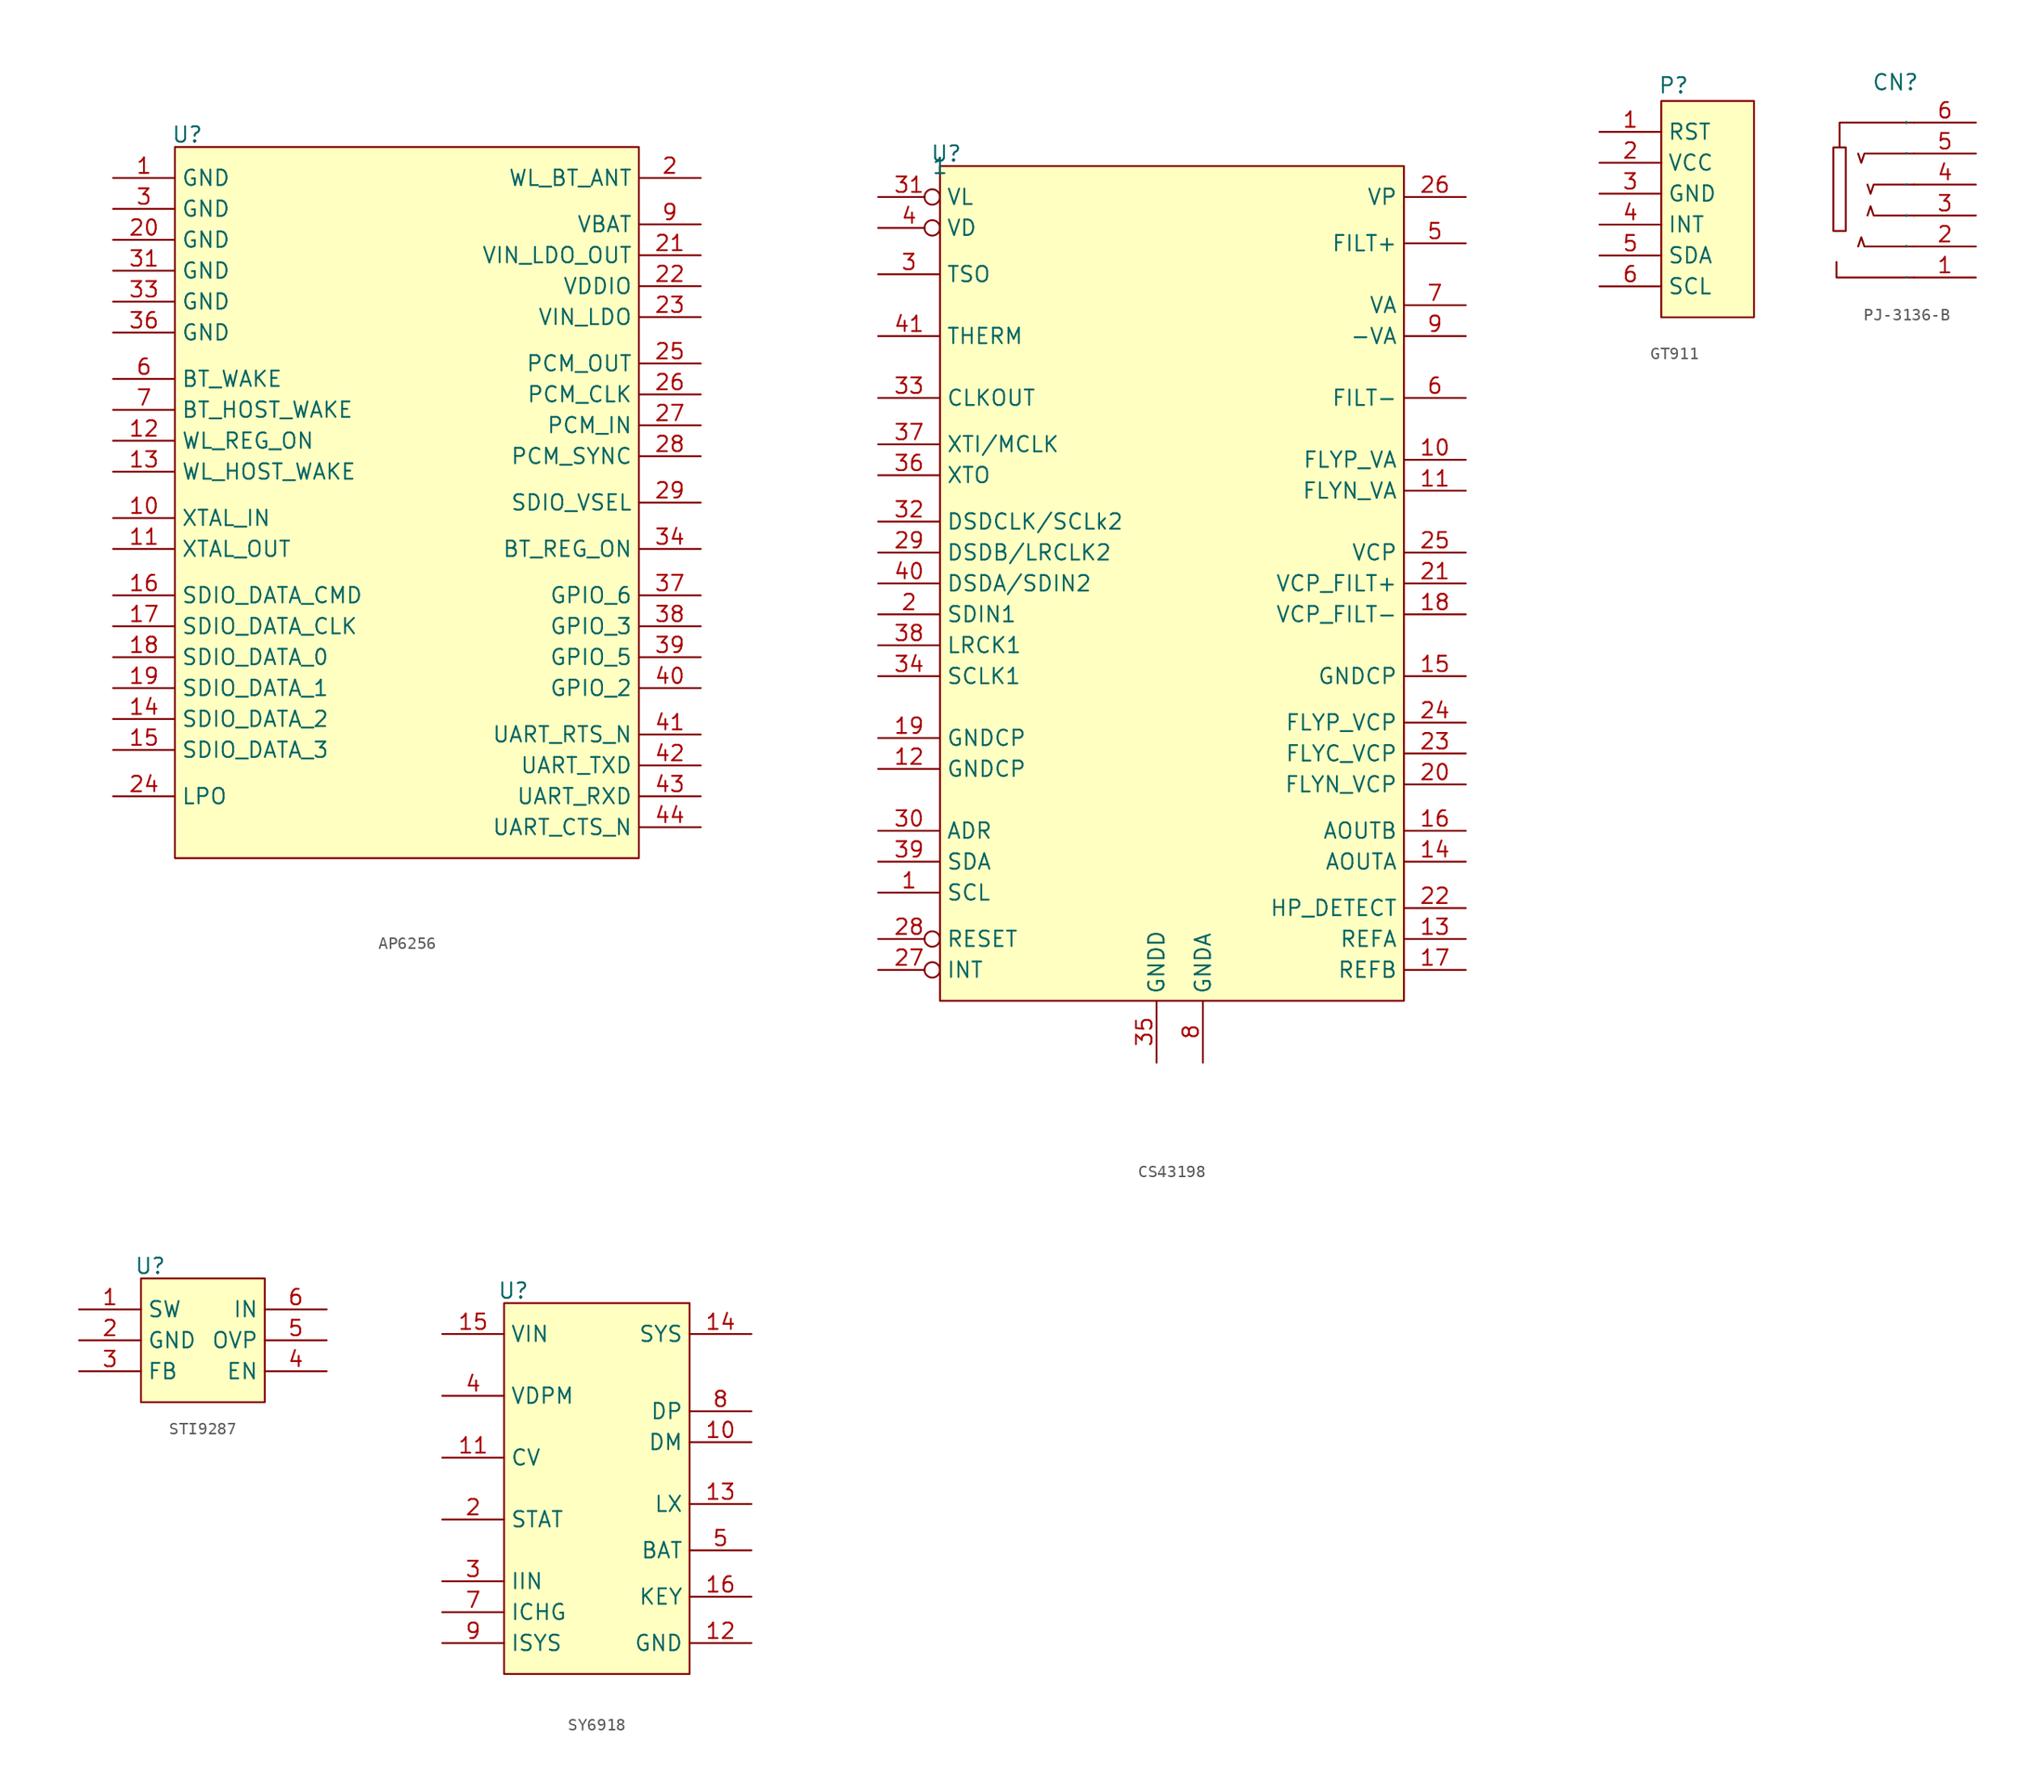
<source format=kicad_sym>
(kicad_symbol_lib
  (version 20241209)
  (generator "kicad_symbol_editor")
  (generator_version "9.0")
  (symbol "AP6256"
    (property "Reference" "U"
      (at 1.016 1.016 0)
      (effects (font (size 1.27 1.27))))
    (property "Value" ""
      (at 0 0 0)
      (effects (font (size 1.27 1.27))))
    (symbol "AP6256_1_1"
      (rectangle (start 0 0) (end 38.1 -58.42) (stroke (width 0) (type solid)) (fill (type background)))
      (pin power_in line (at -5.08 -2.54 0) (length 5.08) (name "GND" (effects (font (size 1.27 1.27)))) (number "1" (effects (font (size 1.27 1.27)))))
      (pin power_in line (at -5.08 -5.08 0) (length 5.08) (name "GND" (effects (font (size 1.27 1.27)))) (number "3" (effects (font (size 1.27 1.27)))))
      (pin power_in line (at -5.08 -7.62 0) (length 5.08) (name "GND" (effects (font (size 1.27 1.27)))) (number "20" (effects (font (size 1.27 1.27)))))
      (pin power_in line (at -5.08 -10.16 0) (length 5.08) (name "GND" (effects (font (size 1.27 1.27)))) (number "31" (effects (font (size 1.27 1.27)))))
      (pin power_in line (at -5.08 -12.7 0) (length 5.08) (name "GND" (effects (font (size 1.27 1.27)))) (number "33" (effects (font (size 1.27 1.27)))))
      (pin power_in line (at -5.08 -15.24 0) (length 5.08) (name "GND" (effects (font (size 1.27 1.27)))) (number "36" (effects (font (size 1.27 1.27)))))
      (pin input line (at -5.08 -19.05 0) (length 5.08) (name "BT_WAKE" (effects (font (size 1.27 1.27)))) (number "6" (effects (font (size 1.27 1.27)))))
      (pin output line (at -5.08 -21.59 0) (length 5.08) (name "BT_HOST_WAKE" (effects (font (size 1.27 1.27)))) (number "7" (effects (font (size 1.27 1.27)))))
      (pin input line (at -5.08 -24.13 0) (length 5.08) (name "WL_REG_ON" (effects (font (size 1.27 1.27)))) (number "12" (effects (font (size 1.27 1.27)))))
      (pin output line (at -5.08 -26.67 0) (length 5.08) (name "WL_HOST_WAKE" (effects (font (size 1.27 1.27)))) (number "13" (effects (font (size 1.27 1.27)))))
      (pin passive line (at -5.08 -30.48 0) (length 5.08) (name "XTAL_IN" (effects (font (size 1.27 1.27)))) (number "10" (effects (font (size 1.27 1.27)))))
      (pin passive line (at -5.08 -33.02 0) (length 5.08) (name "XTAL_OUT" (effects (font (size 1.27 1.27)))) (number "11" (effects (font (size 1.27 1.27)))))
      (pin bidirectional line (at -5.08 -36.83 0) (length 5.08) (name "SDIO_DATA_CMD" (effects (font (size 1.27 1.27)))) (number "16" (effects (font (size 1.27 1.27)))))
      (pin bidirectional line (at -5.08 -39.37 0) (length 5.08) (name "SDIO_DATA_CLK" (effects (font (size 1.27 1.27)))) (number "17" (effects (font (size 1.27 1.27)))))
      (pin bidirectional line (at -5.08 -41.91 0) (length 5.08) (name "SDIO_DATA_0" (effects (font (size 1.27 1.27)))) (number "18" (effects (font (size 1.27 1.27)))))
      (pin bidirectional line (at -5.08 -44.45 0) (length 5.08) (name "SDIO_DATA_1" (effects (font (size 1.27 1.27)))) (number "19" (effects (font (size 1.27 1.27)))))
      (pin bidirectional line (at -5.08 -46.99 0) (length 5.08) (name "SDIO_DATA_2" (effects (font (size 1.27 1.27)))) (number "14" (effects (font (size 1.27 1.27)))))
      (pin bidirectional line (at -5.08 -49.53 0) (length 5.08) (name "SDIO_DATA_3" (effects (font (size 1.27 1.27)))) (number "15" (effects (font (size 1.27 1.27)))))
      (pin input line (at -5.08 -53.34 0) (length 5.08) (name "LPO" (effects (font (size 1.27 1.27)))) (number "24" (effects (font (size 1.27 1.27)))))
      (pin passive line (at 43.18 -2.54 180) (length 5.08) (name "WL_BT_ANT" (effects (font (size 1.27 1.27)))) (number "2" (effects (font (size 1.27 1.27)))))
      (pin power_in line (at 43.18 -6.35 180) (length 5.08) (name "VBAT" (effects (font (size 1.27 1.27)))) (number "9" (effects (font (size 1.27 1.27)))))
      (pin power_out line (at 43.18 -8.89 180) (length 5.08) (name "VIN_LDO_OUT" (effects (font (size 1.27 1.27)))) (number "21" (effects (font (size 1.27 1.27)))))
      (pin power_in line (at 43.18 -11.43 180) (length 5.08) (name "VDDIO" (effects (font (size 1.27 1.27)))) (number "22" (effects (font (size 1.27 1.27)))))
      (pin power_out line (at 43.18 -13.97 180) (length 5.08) (name "VIN_LDO" (effects (font (size 1.27 1.27)))) (number "23" (effects (font (size 1.27 1.27)))))
      (pin output line (at 43.18 -17.78 180) (length 5.08) (name "PCM_OUT" (effects (font (size 1.27 1.27)))) (number "25" (effects (font (size 1.27 1.27)))))
      (pin bidirectional line (at 43.18 -20.32 180) (length 5.08) (name "PCM_CLK" (effects (font (size 1.27 1.27)))) (number "26" (effects (font (size 1.27 1.27)))))
      (pin input line (at 43.18 -22.86 180) (length 5.08) (name "PCM_IN" (effects (font (size 1.27 1.27)))) (number "27" (effects (font (size 1.27 1.27)))))
      (pin bidirectional line (at 43.18 -25.4 180) (length 5.08) (name "PCM_SYNC" (effects (font (size 1.27 1.27)))) (number "28" (effects (font (size 1.27 1.27)))))
      (pin input line (at 43.18 -29.21 180) (length 5.08) (name "SDIO_VSEL" (effects (font (size 1.27 1.27)))) (number "29" (effects (font (size 1.27 1.27)))))
      (pin input line (at 43.18 -33.02 180) (length 5.08) (name "BT_REG_ON" (effects (font (size 1.27 1.27)))) (number "34" (effects (font (size 1.27 1.27)))))
      (pin bidirectional line (at 43.18 -36.83 180) (length 5.08) (name "GPIO_6" (effects (font (size 1.27 1.27)))) (number "37" (effects (font (size 1.27 1.27)))))
      (pin bidirectional line (at 43.18 -39.37 180) (length 5.08) (name "GPIO_3" (effects (font (size 1.27 1.27)))) (number "38" (effects (font (size 1.27 1.27)))))
      (pin bidirectional line (at 43.18 -41.91 180) (length 5.08) (name "GPIO_5" (effects (font (size 1.27 1.27)))) (number "39" (effects (font (size 1.27 1.27)))))
      (pin bidirectional line (at 43.18 -44.45 180) (length 5.08) (name "GPIO_2" (effects (font (size 1.27 1.27)))) (number "40" (effects (font (size 1.27 1.27)))))
      (pin output line (at 43.18 -48.26 180) (length 5.08) (name "UART_RTS_N" (effects (font (size 1.27 1.27)))) (number "41" (effects (font (size 1.27 1.27)))))
      (pin output line (at 43.18 -50.8 180) (length 5.08) (name "UART_TXD" (effects (font (size 1.27 1.27)))) (number "42" (effects (font (size 1.27 1.27)))))
      (pin input line (at 43.18 -53.34 180) (length 5.08) (name "UART_RXD" (effects (font (size 1.27 1.27)))) (number "43" (effects (font (size 1.27 1.27)))))
      (pin input line (at 43.18 -55.88 180) (length 5.08) (name "UART_CTS_N" (effects (font (size 1.27 1.27)))) (number "44" (effects (font (size 1.27 1.27)))))))
  (symbol "CS43198"
    (property "Reference" "U"
      (at 0.508 1.016 0)
      (effects (font (size 1.27 1.27))))
    (property "Value" "1"
      (at 0 0 0)
      (effects (font (size 1.27 1.27))))
    (symbol "CS43198_1_1"
      (rectangle (start 0 0) (end 38.1 -68.58) (stroke (width 0) (type solid)) (fill (type background)))
      (pin power_in inverted (at -5.08 -2.54 0) (length 5.08) (name "VL" (effects (font (size 1.27 1.27)))) (number "31" (effects (font (size 1.27 1.27)))))
      (pin power_in inverted (at -5.08 -5.08 0) (length 5.08) (name "VD" (effects (font (size 1.27 1.27)))) (number "4" (effects (font (size 1.27 1.27)))))
      (pin bidirectional line (at -5.08 -8.89 0) (length 5.08) (name "TSO" (effects (font (size 1.27 1.27)))) (number "3" (effects (font (size 1.27 1.27)))))
      (pin power_in line (at -5.08 -13.97 0) (length 5.08) (name "THERM" (effects (font (size 1.27 1.27)))) (number "41" (effects (font (size 1.27 1.27)))))
      (pin output line (at -5.08 -19.05 0) (length 5.08) (name "CLKOUT" (effects (font (size 1.27 1.27)))) (number "33" (effects (font (size 1.27 1.27)))))
      (pin input line (at -5.08 -22.86 0) (length 5.08) (name "XTI/MCLK" (effects (font (size 1.27 1.27)))) (number "37" (effects (font (size 1.27 1.27)))))
      (pin input line (at -5.08 -25.4 0) (length 5.08) (name "XTO" (effects (font (size 1.27 1.27)))) (number "36" (effects (font (size 1.27 1.27)))))
      (pin bidirectional line (at -5.08 -29.21 0) (length 5.08) (name "DSDCLK/SCLk2" (effects (font (size 1.27 1.27)))) (number "32" (effects (font (size 1.27 1.27)))))
      (pin bidirectional line (at -5.08 -31.75 0) (length 5.08) (name "DSDB/LRCLK2" (effects (font (size 1.27 1.27)))) (number "29" (effects (font (size 1.27 1.27)))))
      (pin input line (at -5.08 -34.29 0) (length 5.08) (name "DSDA/SDIN2" (effects (font (size 1.27 1.27)))) (number "40" (effects (font (size 1.27 1.27)))))
      (pin input line (at -5.08 -36.83 0) (length 5.08) (name "SDIN1" (effects (font (size 1.27 1.27)))) (number "2" (effects (font (size 1.27 1.27)))))
      (pin bidirectional line (at -5.08 -39.37 0) (length 5.08) (name "LRCK1" (effects (font (size 1.27 1.27)))) (number "38" (effects (font (size 1.27 1.27)))))
      (pin bidirectional line (at -5.08 -41.91 0) (length 5.08) (name "SCLK1" (effects (font (size 1.27 1.27)))) (number "34" (effects (font (size 1.27 1.27)))))
      (pin power_in line (at -5.08 -46.99 0) (length 5.08) (name "GNDCP" (effects (font (size 1.27 1.27)))) (number "19" (effects (font (size 1.27 1.27)))))
      (pin power_in line (at -5.08 -49.53 0) (length 5.08) (name "GNDCP" (effects (font (size 1.27 1.27)))) (number "12" (effects (font (size 1.27 1.27)))))
      (pin power_in line (at -5.08 -54.61 0) (length 5.08) (name "ADR" (effects (font (size 1.27 1.27)))) (number "30" (effects (font (size 1.27 1.27)))))
      (pin bidirectional line (at -5.08 -57.15 0) (length 5.08) (name "SDA" (effects (font (size 1.27 1.27)))) (number "39" (effects (font (size 1.27 1.27)))))
      (pin input line (at -5.08 -59.69 0) (length 5.08) (name "SCL" (effects (font (size 1.27 1.27)))) (number "1" (effects (font (size 1.27 1.27)))))
      (pin input inverted (at -5.08 -63.5 0) (length 5.08) (name "RESET" (effects (font (size 1.27 1.27)))) (number "28" (effects (font (size 1.27 1.27)))))
      (pin output inverted (at -5.08 -66.04 0) (length 5.08) (name "INT" (effects (font (size 1.27 1.27)))) (number "27" (effects (font (size 1.27 1.27)))))
      (pin power_in line (at 17.78 -73.66 90) (length 5.08) (name "GNDD" (effects (font (size 1.27 1.27)))) (number "35" (effects (font (size 1.27 1.27)))))
      (pin power_in line (at 21.59 -73.66 90) (length 5.08) (name "GNDA" (effects (font (size 1.27 1.27)))) (number "8" (effects (font (size 1.27 1.27)))))
      (pin power_in line (at 43.18 -2.54 180) (length 5.08) (name "VP" (effects (font (size 1.27 1.27)))) (number "26" (effects (font (size 1.27 1.27)))))
      (pin power_in line (at 43.18 -6.35 180) (length 5.08) (name "FILT+" (effects (font (size 1.27 1.27)))) (number "5" (effects (font (size 1.27 1.27)))))
      (pin power_in line (at 43.18 -11.43 180) (length 5.08) (name "VA" (effects (font (size 1.27 1.27)))) (number "7" (effects (font (size 1.27 1.27)))))
      (pin power_in line (at 43.18 -13.97 180) (length 5.08) (name "-VA" (effects (font (size 1.27 1.27)))) (number "9" (effects (font (size 1.27 1.27)))))
      (pin power_in line (at 43.18 -19.05 180) (length 5.08) (name "FILT-" (effects (font (size 1.27 1.27)))) (number "6" (effects (font (size 1.27 1.27)))))
      (pin passive line (at 43.18 -24.13 180) (length 5.08) (name "FLYP_VA" (effects (font (size 1.27 1.27)))) (number "10" (effects (font (size 1.27 1.27)))))
      (pin passive line (at 43.18 -26.67 180) (length 5.08) (name "FLYN_VA" (effects (font (size 1.27 1.27)))) (number "11" (effects (font (size 1.27 1.27)))))
      (pin power_in line (at 43.18 -31.75 180) (length 5.08) (name "VCP" (effects (font (size 1.27 1.27)))) (number "25" (effects (font (size 1.27 1.27)))))
      (pin power_in line (at 43.18 -34.29 180) (length 5.08) (name "VCP_FILT+" (effects (font (size 1.27 1.27)))) (number "21" (effects (font (size 1.27 1.27)))))
      (pin power_in line (at 43.18 -36.83 180) (length 5.08) (name "VCP_FILT-" (effects (font (size 1.27 1.27)))) (number "18" (effects (font (size 1.27 1.27)))))
      (pin power_in line (at 43.18 -41.91 180) (length 5.08) (name "GNDCP" (effects (font (size 1.27 1.27)))) (number "15" (effects (font (size 1.27 1.27)))))
      (pin passive line (at 43.18 -45.72 180) (length 5.08) (name "FLYP_VCP" (effects (font (size 1.27 1.27)))) (number "24" (effects (font (size 1.27 1.27)))))
      (pin passive line (at 43.18 -48.26 180) (length 5.08) (name "FLYC_VCP" (effects (font (size 1.27 1.27)))) (number "23" (effects (font (size 1.27 1.27)))))
      (pin passive line (at 43.18 -50.8 180) (length 5.08) (name "FLYN_VCP" (effects (font (size 1.27 1.27)))) (number "20" (effects (font (size 1.27 1.27)))))
      (pin output line (at 43.18 -54.61 180) (length 5.08) (name "AOUTB" (effects (font (size 1.27 1.27)))) (number "16" (effects (font (size 1.27 1.27)))))
      (pin output line (at 43.18 -57.15 180) (length 5.08) (name "AOUTA" (effects (font (size 1.27 1.27)))) (number "14" (effects (font (size 1.27 1.27)))))
      (pin input line (at 43.18 -60.96 180) (length 5.08) (name "HP_DETECT" (effects (font (size 1.27 1.27)))) (number "22" (effects (font (size 1.27 1.27)))))
      (pin input line (at 43.18 -63.5 180) (length 5.08) (name "REFA" (effects (font (size 1.27 1.27)))) (number "13" (effects (font (size 1.27 1.27)))))
      (pin input line (at 43.18 -66.04 180) (length 5.08) (name "REFB" (effects (font (size 1.27 1.27)))) (number "17" (effects (font (size 1.27 1.27)))))))
  (symbol "GT911"
    (property "Reference" "P"
      (at 1.016 1.27 0)
      (effects (font (size 1.27 1.27))))
    (property "Value" ""
      (at 0 0 0)
      (effects (font (size 1.27 1.27))))
    (symbol "GT911_1_1"
      (rectangle (start 0 0) (end 7.62 -17.78) (stroke (width 0) (type solid)) (fill (type background)))
      (pin input line (at -5.08 -2.54 0) (length 5.08) (name "RST" (effects (font (size 1.27 1.27)))) (number "1" (effects (font (size 1.27 1.27)))))
      (pin power_in line (at -5.08 -5.08 0) (length 5.08) (name "VCC" (effects (font (size 1.27 1.27)))) (number "2" (effects (font (size 1.27 1.27)))))
      (pin power_in line (at -5.08 -7.62 0) (length 5.08) (name "GND" (effects (font (size 1.27 1.27)))) (number "3" (effects (font (size 1.27 1.27)))))
      (pin output line (at -5.08 -10.16 0) (length 5.08) (name "INT" (effects (font (size 1.27 1.27)))) (number "4" (effects (font (size 1.27 1.27)))))
      (pin bidirectional line (at -5.08 -12.7 0) (length 5.08) (name "SDA" (effects (font (size 1.27 1.27)))) (number "5" (effects (font (size 1.27 1.27)))))
      (pin input line (at -5.08 -15.24 0) (length 5.08) (name "SCL" (effects (font (size 1.27 1.27)))) (number "6" (effects (font (size 1.27 1.27)))))))
  (symbol "PJ-3136-B"
    (property "Reference" "CN"
      (at -1.524 8.382 0)
      (effects (font (size 1.27 1.27))))
    (property "Value" ""
      (at 0 0 0)
      (effects (font (size 1.27 1.27))))
    (symbol "PJ-3136-B_0_1"
      (polyline (pts (xy -6.35 -6.35) (xy -6.35 -7.62) (xy 0 -7.62)) (stroke (width 0) (type default)) (fill (type none))))
    (symbol "PJ-3136-B_1_0"
      (rectangle (start -6.604 3.048) (end -5.588 -3.81) (stroke (width 0) (type default)) (fill (type none)))
      (polyline (pts (xy 0 5.08) (xy -6.096 5.08) (xy -6.096 5.08) (xy -6.096 3.048)) (stroke (width 0) (type default)) (fill (type none)))
      (polyline (pts (xy 0 2.54) (xy -4.064 2.54) (xy -4.064 2.54) (xy -4.318 1.778) (xy -4.318 1.778) (xy -4.572 2.54)) (stroke (width 0) (type default)) (fill (type none)))
      (polyline (pts (xy 0 0) (xy -3.302 0) (xy -3.302 0) (xy -3.556 -0.762) (xy -3.556 -0.762) (xy -3.81 0)) (stroke (width 0) (type default)) (fill (type none)))
      (polyline (pts (xy 0 -2.54) (xy -3.302 -2.54) (xy -3.302 -2.54) (xy -3.556 -1.778) (xy -3.556 -1.778) (xy -3.81 -2.54)) (stroke (width 0) (type default)) (fill (type none)))
      (polyline (pts (xy 0 -5.08) (xy -4.064 -5.08) (xy -4.064 -5.08) (xy -4.318 -4.318) (xy -4.318 -4.318) (xy -4.572 -5.08)) (stroke (width 0) (type default)) (fill (type none)))
      (pin passive line (at 5.08 5.08 180) (length 5.08) (name "6" (effects (font (size 0.025 0.025)))) (number "6" (effects (font (size 1.27 1.27)))))
      (pin passive line (at 5.08 2.54 180) (length 5.08) (name "5" (effects (font (size 0.025 0.025)))) (number "5" (effects (font (size 1.27 1.27)))))
      (pin passive line (at 5.08 0 180) (length 5.08) (name "3" (effects (font (size 0.025 0.025)))) (number "4" (effects (font (size 1.27 1.27)))))
      (pin passive line (at 5.08 -2.54 180) (length 5.08) (name "3" (effects (font (size 0.025 0.025)))) (number "3" (effects (font (size 1.27 1.27)))))
      (pin passive line (at 5.08 -5.08 180) (length 5.08) (name "2" (effects (font (size 0.025 0.025)))) (number "2" (effects (font (size 1.27 1.27)))))
      (pin passive line (at 5.08 -7.62 180) (length 5.08) (name "1" (effects (font (size 0.025 0.025)))) (number "1" (effects (font (size 1.27 1.27)))))))
  (symbol "STI9287"
    (property "Reference" "U"
      (at 0.762 1.016 0)
      (effects (font (size 1.27 1.27))))
    (property "Value" ""
      (at 0 0 0)
      (effects (font (size 1.27 1.27))))
    (symbol "STI9287_1_1"
      (rectangle (start 0 0) (end 10.16 -10.16) (stroke (width 0) (type solid)) (fill (type background)))
      (pin output line (at -5.08 -2.54 0) (length 5.08) (name "SW" (effects (font (size 1.27 1.27)))) (number "1" (effects (font (size 1.27 1.27)))))
      (pin power_in line (at -5.08 -5.08 0) (length 5.08) (name "GND" (effects (font (size 1.27 1.27)))) (number "2" (effects (font (size 1.27 1.27)))))
      (pin power_in line (at -5.08 -7.62 0) (length 5.08) (name "FB" (effects (font (size 1.27 1.27)))) (number "3" (effects (font (size 1.27 1.27)))))
      (pin power_in line (at 15.24 -2.54 180) (length 5.08) (name "IN" (effects (font (size 1.27 1.27)))) (number "6" (effects (font (size 1.27 1.27)))))
      (pin power_in line (at 15.24 -5.08 180) (length 5.08) (name "OVP" (effects (font (size 1.27 1.27)))) (number "5" (effects (font (size 1.27 1.27)))))
      (pin input line (at 15.24 -7.62 180) (length 5.08) (name "EN" (effects (font (size 1.27 1.27)))) (number "4" (effects (font (size 1.27 1.27)))))))
  (symbol "SY6918"
    (property "Reference" "U"
      (at 0.762 1.016 0)
      (effects (font (size 1.27 1.27))))
    (property "Value" ""
      (at 0 0 0)
      (effects (font (size 1.27 1.27))))
    (symbol "SY6918_1_1"
      (rectangle (start 0 0) (end 15.24 -30.48) (stroke (width 0) (type solid)) (fill (type background)))
      (pin power_in line (at -5.08 -2.54 0) (length 5.08) (name "VIN" (effects (font (size 1.27 1.27)))) (number "15" (effects (font (size 1.27 1.27)))))
      (pin input line (at -5.08 -7.62 0) (length 5.08) (name "VDPM" (effects (font (size 1.27 1.27)))) (number "4" (effects (font (size 1.27 1.27)))))
      (pin input line (at -5.08 -12.7 0) (length 5.08) (name "CV" (effects (font (size 1.27 1.27)))) (number "11" (effects (font (size 1.27 1.27)))))
      (pin output line (at -5.08 -17.78 0) (length 5.08) (name "STAT" (effects (font (size 1.27 1.27)))) (number "2" (effects (font (size 1.27 1.27)))))
      (pin passive line (at -5.08 -22.86 0) (length 5.08) (name "IIN" (effects (font (size 1.27 1.27)))) (number "3" (effects (font (size 1.27 1.27)))))
      (pin passive line (at -5.08 -25.4 0) (length 5.08) (name "ICHG" (effects (font (size 1.27 1.27)))) (number "7" (effects (font (size 1.27 1.27)))))
      (pin passive line (at -5.08 -27.94 0) (length 5.08) (name "ISYS" (effects (font (size 1.27 1.27)))) (number "9" (effects (font (size 1.27 1.27)))))
      (pin power_out line (at 20.32 -2.54 180) (length 5.08) (name "SYS" (effects (font (size 1.27 1.27)))) (number "14" (effects (font (size 1.27 1.27)))))
      (pin bidirectional line (at 20.32 -8.89 180) (length 5.08) (name "DP" (effects (font (size 1.27 1.27)))) (number "8" (effects (font (size 1.27 1.27)))))
      (pin bidirectional line (at 20.32 -11.43 180) (length 5.08) (name "DM" (effects (font (size 1.27 1.27)))) (number "10" (effects (font (size 1.27 1.27)))))
      (pin bidirectional line (at 20.32 -16.51 180) (length 5.08) (name "LX" (effects (font (size 1.27 1.27)))) (number "13" (effects (font (size 1.27 1.27)))))
      (pin bidirectional line (at 20.32 -20.32 180) (length 5.08) (name "BAT" (effects (font (size 1.27 1.27)))) (number "5" (effects (font (size 1.27 1.27)))))
      (pin input line (at 20.32 -24.13 180) (length 5.08) (name "KEY" (effects (font (size 1.27 1.27)))) (number "16" (effects (font (size 1.27 1.27)))))
      (pin power_in line (at 20.32 -27.94 180) (length 5.08) (name "GND" (effects (font (size 1.27 1.27)))) (number "12" (effects (font (size 1.27 1.27))))))))
</source>
